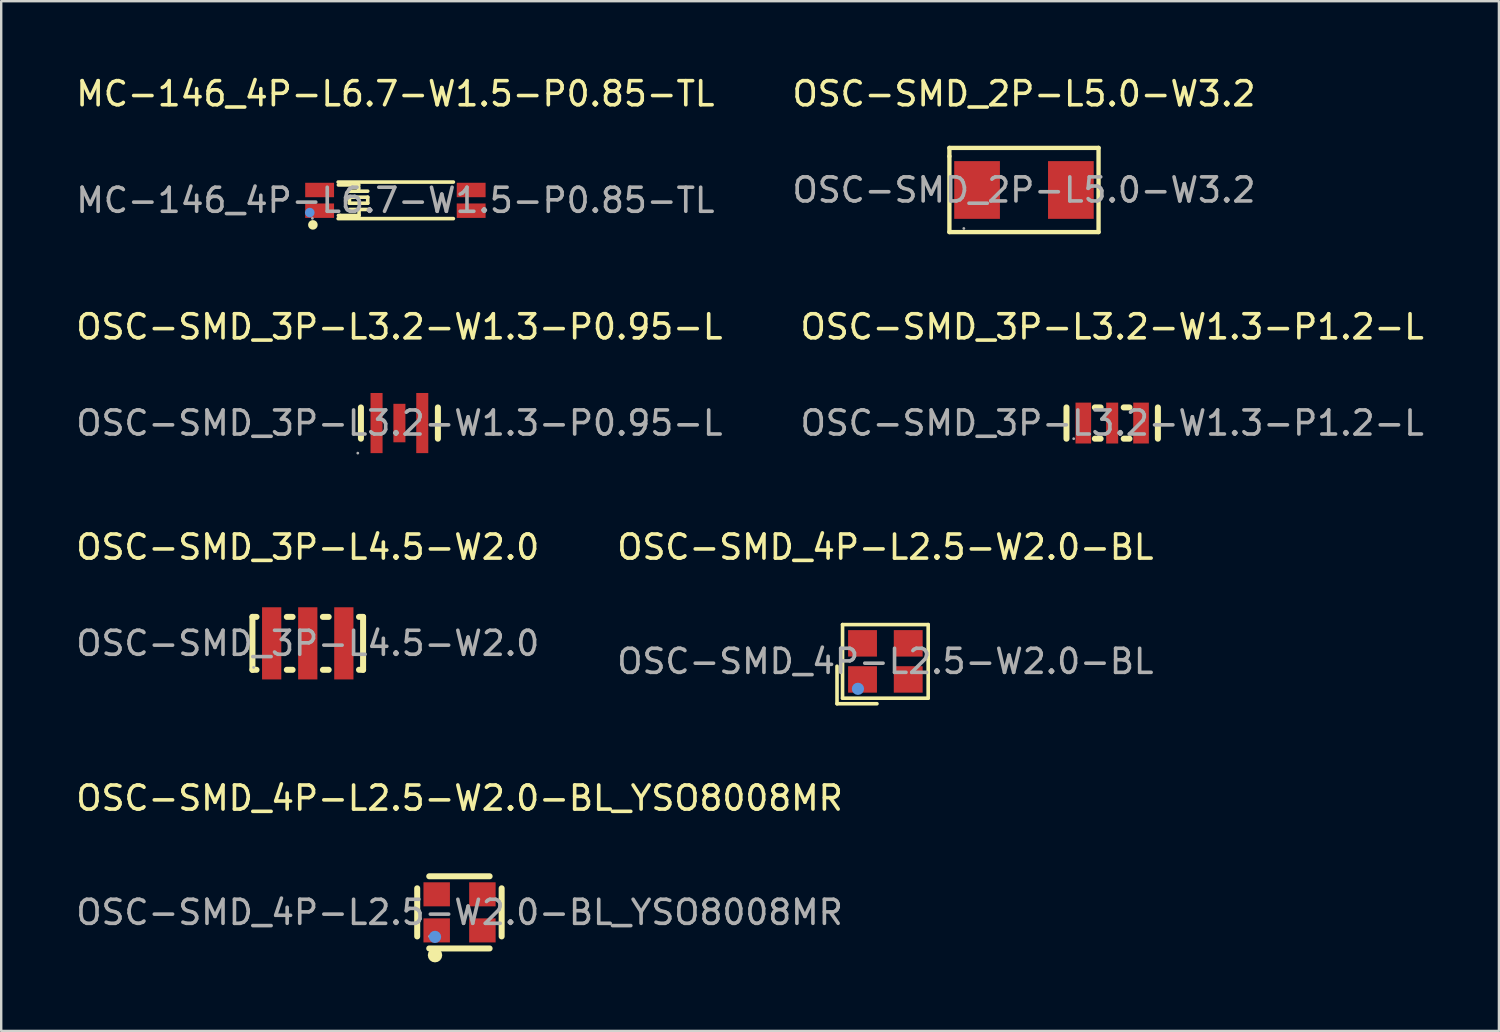
<source format=kicad_pcb>
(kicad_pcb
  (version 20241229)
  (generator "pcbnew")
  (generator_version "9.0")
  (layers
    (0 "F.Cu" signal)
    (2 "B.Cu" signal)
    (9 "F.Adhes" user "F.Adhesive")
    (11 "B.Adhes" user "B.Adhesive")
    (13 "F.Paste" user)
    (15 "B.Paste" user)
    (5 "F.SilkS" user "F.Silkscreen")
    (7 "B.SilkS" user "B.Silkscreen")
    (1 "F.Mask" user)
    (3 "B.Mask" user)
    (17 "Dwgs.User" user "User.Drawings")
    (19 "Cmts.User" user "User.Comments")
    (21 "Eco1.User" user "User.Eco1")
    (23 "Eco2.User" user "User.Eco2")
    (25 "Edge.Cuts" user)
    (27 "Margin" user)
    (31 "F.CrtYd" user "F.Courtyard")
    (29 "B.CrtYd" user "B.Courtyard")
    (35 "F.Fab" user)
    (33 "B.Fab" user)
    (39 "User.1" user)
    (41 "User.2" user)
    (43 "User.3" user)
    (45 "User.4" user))
  (footprint "MC-146_4P-L6.7-W1.5-P0.85-TL"
    (layer "F.Cu")
    (at 13.387 5.278)
    (property "Reference" "MC-146_4P-L6.7-W1.5-P0.85-TL" (at 0 -4.43 0) (layer "F.SilkS") (effects (font (size 1 1) (thickness 0.15))))
    (attr through_hole)
    (fp_line (start -2.29 0.63) (end -2.37 0.63) (stroke (width 0.15) (type solid)) (layer "F.SilkS"))
    (fp_line (start -1.91 -0.38) (end -1.15 -0.38) (stroke (width 0.15) (type solid)) (layer "F.SilkS"))
    (fp_line (start -1.91 -0.13) (end -1.91 0.12) (stroke (width 0.15) (type solid)) (layer "F.SilkS"))
    (fp_line (start -1.91 -0.13) (end -1.15 -0.13) (stroke (width 0.15) (type solid)) (layer "F.SilkS"))
    (fp_line (start -1.91 0.12) (end -1.15 0.12) (stroke (width 0.15) (type solid)) (layer "F.SilkS"))
    (fp_line (start -1.91 0.38) (end -1.15 0.38) (stroke (width 0.15) (type solid)) (layer "F.SilkS"))
    (fp_line (start -1.53 -0.64) (end -2.37 -0.64) (stroke (width 0.15) (type solid)) (layer "F.SilkS"))
    (fp_line (start -1.53 -0.51) (end -1.53 -0.64) (stroke (width 0.15) (type solid)) (layer "F.SilkS"))
    (fp_line (start -1.53 -0.38) (end -1.53 -0.51) (stroke (width 0.15) (type solid)) (layer "F.SilkS"))
    (fp_line (start -1.51 0.38) (end -1.51 0.63) (stroke (width 0.15) (type solid)) (layer "F.SilkS"))
    (fp_line (start -1.51 0.63) (end -2.29 0.63) (stroke (width 0.15) (type solid)) (layer "F.SilkS"))
    (fp_line (start -1.15 0.12) (end -1.15 -0.13) (stroke (width 0.15) (type solid)) (layer "F.SilkS"))
    (fp_line (start 2.41 -0.76) (end -2.38 -0.76) (stroke (width 0.15) (type solid)) (layer "F.SilkS"))
    (fp_line (start 2.41 0.76) (end -2.38 0.76) (stroke (width 0.15) (type solid)) (layer "F.SilkS"))
    (fp_circle (center -3.43 1.02) (end -3.33 1.02) (stroke (width 0.2) (type solid)) (fill no) (layer "F.SilkS"))
    (fp_circle (center -3.56 0.51) (end -3.46 0.51) (stroke (width 0.2) (type solid)) (fill no) (layer "Cmts.User"))
    (fp_circle (center -3.45 0.75) (end -3.42 0.75) (stroke (width 0.06) (type solid)) (fill no) (layer "F.Fab"))
    (fp_text user "${REFERENCE}" (at 0 0 0) (layer "F.Fab") (effects (font (size 1 1) (thickness 0.15))))
    (pad "1" smd rect (at -3.15 0.43 90) (size 0.6 1.2) (layers "F.Cu" "F.Mask" "F.Paste"))
    (pad "2" smd rect (at 3.15 0.43 270) (size 0.6 1.2) (layers "F.Cu" "F.Mask" "F.Paste"))
    (pad "3" smd rect (at 3.15 -0.43 90) (size 0.6 1.2) (layers "F.Cu" "F.Mask" "F.Paste"))
    (pad "4" smd rect (at -3.15 -0.43 270) (size 0.6 1.2) (layers "F.Cu" "F.Mask" "F.Paste")))
  (footprint "OSC-SMD_3P-L3.2-W1.3-P0.95-L"
    (layer "F.Cu")
    (at 13.554 14.537)
    (property "Reference" "OSC-SMD_3P-L3.2-W1.3-P0.95-L" (at 0 -4 0) (layer "F.SilkS") (effects (font (size 1 1) (thickness 0.15))))
    (attr through_hole)
    (fp_line (start -1.6 -0.65) (end -1.6 0.65) (stroke (width 0.25) (type solid)) (layer "F.SilkS"))
    (fp_line (start 1.6 0.65) (end 1.6 -0.65) (stroke (width 0.25) (type solid)) (layer "F.SilkS"))
    (fp_circle (center -1.73 1.25) (end -1.7 1.25) (stroke (width 0.06) (type solid)) (fill no) (layer "F.Fab"))
    (fp_text user "${REFERENCE}" (at 0 0 0) (layer "F.Fab") (effects (font (size 1 1) (thickness 0.15))))
    (pad "1" smd rect (at -0.95 0 90) (size 2.5 0.5) (layers "F.Cu" "F.Mask" "F.Paste"))
    (pad "2" smd rect (at 0 0 90) (size 1.6 0.5) (layers "F.Cu" "F.Mask" "F.Paste"))
    (pad "3" smd rect (at 0.95 0 90) (size 2.5 0.5) (layers "F.Cu" "F.Mask" "F.Paste")))
  (footprint "OSC-SMD_3P-L4.5-W2.0"
    (layer "F.Cu")
    (at 9.744 23.695)
    (property "Reference" "OSC-SMD_3P-L4.5-W2.0" (at 0 -4 0) (layer "F.SilkS") (effects (font (size 1 1) (thickness 0.15))))
    (attr through_hole)
    (fp_line (start -2.3 -1.1) (end -2.3 1.1) (stroke (width 0.25) (type solid)) (layer "F.SilkS"))
    (fp_line (start -2.3 -1.1) (end -2.13 -1.1) (stroke (width 0.25) (type solid)) (layer "F.SilkS"))
    (fp_line (start -2.3 1.1) (end -2.13 1.1) (stroke (width 0.25) (type solid)) (layer "F.SilkS"))
    (fp_line (start -0.87 -1.1) (end -0.63 -1.1) (stroke (width 0.25) (type solid)) (layer "F.SilkS"))
    (fp_line (start -0.87 1.1) (end -0.63 1.1) (stroke (width 0.25) (type solid)) (layer "F.SilkS"))
    (fp_line (start 0.63 -1.1) (end 0.87 -1.1) (stroke (width 0.25) (type solid)) (layer "F.SilkS"))
    (fp_line (start 0.63 1.1) (end 0.87 1.1) (stroke (width 0.25) (type solid)) (layer "F.SilkS"))
    (fp_line (start 2.13 -1.1) (end 2.3 -1.1) (stroke (width 0.25) (type solid)) (layer "F.SilkS"))
    (fp_line (start 2.13 1.1) (end 2.3 1.1) (stroke (width 0.25) (type solid)) (layer "F.SilkS"))
    (fp_line (start 2.3 -1.1) (end 2.3 1.1) (stroke (width 0.25) (type solid)) (layer "F.SilkS"))
    (fp_circle (center -2.25 1) (end -2.22 1) (stroke (width 0.06) (type solid)) (fill no) (layer "F.Fab"))
    (fp_text user "${REFERENCE}" (at 0 0 0) (layer "F.Fab") (effects (font (size 1 1) (thickness 0.15))))
    (pad "1" smd rect (at -1.5 0 90) (size 3 0.8) (layers "F.Cu" "F.Mask" "F.Paste"))
    (pad "2" smd rect (at 0 0 90) (size 3 0.8) (layers "F.Cu" "F.Mask" "F.Paste"))
    (pad "3" smd rect (at 1.5 0 90) (size 3 0.8) (layers "F.Cu" "F.Mask" "F.Paste")))
  (footprint "OSC-SMD_3P-L3.2-W1.3-P1.2-L"
    (layer "F.Cu")
    (at 43.185 14.537)
    (property "Reference" "OSC-SMD_3P-L3.2-W1.3-P1.2-L" (at 0 -4 0) (layer "F.SilkS") (effects (font (size 1 1) (thickness 0.15))))
    (attr through_hole)
    (fp_line (start -1.9 -0.65) (end -1.9 0.65) (stroke (width 0.25) (type solid)) (layer "F.SilkS"))
    (fp_line (start -0.72 -0.65) (end -0.48 -0.65) (stroke (width 0.25) (type solid)) (layer "F.SilkS"))
    (fp_line (start -0.72 0.65) (end -0.48 0.65) (stroke (width 0.25) (type solid)) (layer "F.SilkS"))
    (fp_line (start 0.48 -0.65) (end 0.72 -0.65) (stroke (width 0.25) (type solid)) (layer "F.SilkS"))
    (fp_line (start 0.48 0.65) (end 0.72 0.65) (stroke (width 0.25) (type solid)) (layer "F.SilkS"))
    (fp_line (start 1.9 0.65) (end 1.9 -0.65) (stroke (width 0.25) (type solid)) (layer "F.SilkS"))
    (fp_circle (center -1.6 0.65) (end -1.57 0.65) (stroke (width 0.06) (type solid)) (fill no) (layer "F.Fab"))
    (fp_text user "${REFERENCE}" (at 0 0 0) (layer "F.Fab") (effects (font (size 1 1) (thickness 0.15))))
    (pad "1" smd rect (at -1.2 0) (size 0.65 1.7) (layers "F.Cu" "F.Mask" "F.Paste"))
    (pad "2" smd rect (at 0 0) (size 0.5 1.7) (layers "F.Cu" "F.Mask" "F.Paste"))
    (pad "3" smd rect (at 1.2 0) (size 0.65 1.7) (layers "F.Cu" "F.Mask" "F.Paste")))
  (footprint "OSC-SMD_4P-L2.5-W2.0-BL_YSO8008MR"
    (layer "F.Cu")
    (at 16.054 34.878)
    (property "Reference" "OSC-SMD_4P-L2.5-W2.0-BL_YSO8008MR" (at 0 -4.75 0) (layer "F.SilkS") (effects (font (size 1 1) (thickness 0.15))))
    (attr through_hole)
    (fp_line (start -1.76 -1) (end -1.76 1) (stroke (width 0.25) (type solid)) (layer "F.SilkS"))
    (fp_line (start -1.26 -1.5) (end 1.25 -1.5) (stroke (width 0.25) (type solid)) (layer "F.SilkS"))
    (fp_line (start -1.26 1.5) (end 1.25 1.5) (stroke (width 0.25) (type solid)) (layer "F.SilkS"))
    (fp_line (start 1.75 -1) (end 1.75 1) (stroke (width 0.25) (type solid)) (layer "F.SilkS"))
    (fp_arc (start -1.02 1.78) (mid -1.02 1.78) (end -1.02 1.78) (stroke (width 0.3) (type solid)) (layer "F.SilkS"))
    (fp_circle (center -1.02 1.02) (end -0.89 1.02) (stroke (width 0.25) (type solid)) (fill no) (layer "Cmts.User"))
    (fp_circle (center -1.25 1) (end -1.22 1) (stroke (width 0.06) (type solid)) (fill no) (layer "F.Fab"))
    (fp_text user "${REFERENCE}" (at 0 0 0) (layer "F.Fab") (effects (font (size 1 1) (thickness 0.15))))
    (pad "1" smd rect (at -0.95 0.75) (size 1.1 1) (layers "F.Cu" "F.Mask" "F.Paste"))
    (pad "2" smd rect (at 0.95 0.75) (size 1.1 1) (layers "F.Cu" "F.Mask" "F.Paste"))
    (pad "3" smd rect (at 0.95 -0.75) (size 1.1 1) (layers "F.Cu" "F.Mask" "F.Paste"))
    (pad "4" smd rect (at -0.95 -0.75) (size 1.1 1) (layers "F.Cu" "F.Mask" "F.Paste")))
  (footprint "OSC-SMD_2P-L5.0-W3.2"
    (layer "F.Cu")
    (at 39.518 4.848)
    (property "Reference" "OSC-SMD_2P-L5.0-W3.2" (at 0 -4 0) (layer "F.SilkS") (effects (font (size 1 1) (thickness 0.15))))
    (attr through_hole)
    (fp_line (start -3.1 -1.75) (end 3.1 -1.75) (stroke (width 0.18) (type solid)) (layer "F.SilkS"))
    (fp_line (start -3.1 -1.4) (end -3.1 -1.75) (stroke (width 0.18) (type solid)) (layer "F.SilkS"))
    (fp_line (start -3.1 1.75) (end -3.1 -1.4) (stroke (width 0.18) (type solid)) (layer "F.SilkS"))
    (fp_line (start 3.1 -1.75) (end 3.1 1.75) (stroke (width 0.18) (type solid)) (layer "F.SilkS"))
    (fp_line (start 3.1 1.75) (end -3.1 1.75) (stroke (width 0.18) (type solid)) (layer "F.SilkS"))
    (fp_circle (center -2.5 1.6) (end -2.47 1.6) (stroke (width 0.06) (type solid)) (fill no) (layer "F.Fab"))
    (fp_text user "${REFERENCE}" (at 0 0 0) (layer "F.Fab") (effects (font (size 1 1) (thickness 0.15))))
    (pad "1" smd rect (at -1.95 0) (size 1.9 2.4) (layers "F.Cu" "F.Mask" "F.Paste"))
    (pad "2" smd rect (at 1.95 0) (size 1.9 2.4) (layers "F.Cu" "F.Mask" "F.Paste")))
  (footprint "OSC-SMD_4P-L2.5-W2.0-BL"
    (layer "F.Cu")
    (at 33.756 24.445)
    (property "Reference" "OSC-SMD_4P-L2.5-W2.0-BL" (at 0 -4.75 0) (layer "F.SilkS") (effects (font (size 1 1) (thickness 0.15))))
    (attr through_hole)
    (fp_line (start -2.01 0.2) (end -2.01 1.76) (stroke (width 0.15) (type solid)) (layer "F.SilkS"))
    (fp_line (start -2.01 1.76) (end -0.35 1.76) (stroke (width 0.15) (type solid)) (layer "F.SilkS"))
    (fp_line (start -1.78 -1.53) (end 1.78 -1.53) (stroke (width 0.15) (type solid)) (layer "F.SilkS"))
    (fp_line (start -1.78 1.53) (end -1.78 -1.53) (stroke (width 0.15) (type solid)) (layer "F.SilkS"))
    (fp_line (start 1.78 -1.53) (end 1.78 1.53) (stroke (width 0.15) (type solid)) (layer "F.SilkS"))
    (fp_line (start 1.78 1.53) (end -1.78 1.53) (stroke (width 0.15) (type solid)) (layer "F.SilkS"))
    (fp_circle (center -1.14 1.14) (end -1.01 1.14) (stroke (width 0.25) (type solid)) (fill no) (layer "Cmts.User"))
    (fp_circle (center -1.25 1) (end -1.22 1) (stroke (width 0.06) (type solid)) (fill no) (layer "F.Fab"))
    (fp_text user "${REFERENCE}" (at 0 0 0) (layer "F.Fab") (effects (font (size 1 1) (thickness 0.15))))
    (pad "1" smd rect (at -0.95 0.75) (size 1.2 1.1) (layers "F.Cu" "F.Mask" "F.Paste"))
    (pad "2" smd rect (at 0.95 0.75) (size 1.2 1.1) (layers "F.Cu" "F.Mask" "F.Paste"))
    (pad "3" smd rect (at 0.95 -0.75) (size 1.2 1.1) (layers "F.Cu" "F.Mask" "F.Paste"))
    (pad "4" smd rect (at -0.95 -0.75) (size 1.2 1.1) (layers "F.Cu" "F.Mask" "F.Paste")))
  (gr_rect
    (start -3 -3)
    (end 59.262 39.808)
    (stroke (width 0.1) (type default))
    (fill no)
    (layer "Edge.Cuts")))
</source>
